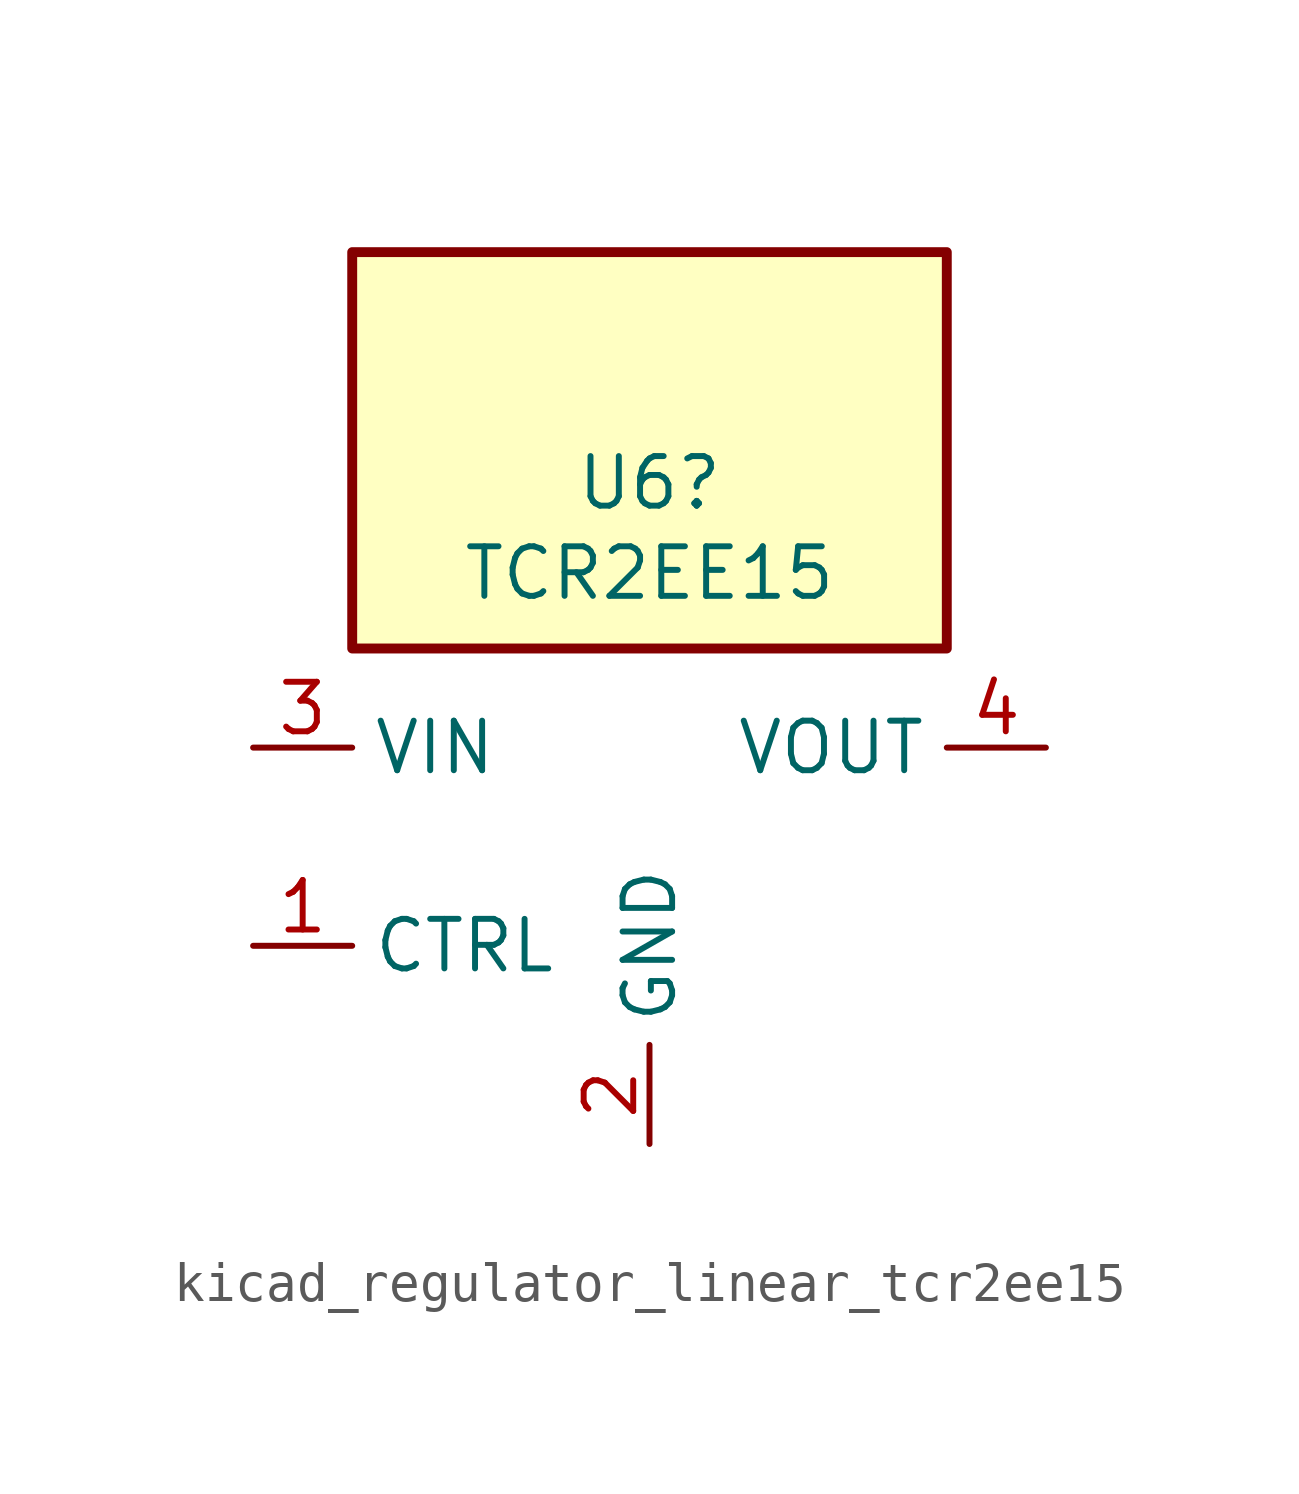
<source format=kicad_sym>
(kicad_symbol_lib
  (version 20220914)
  (generator kicad_symbol_editor)
  (symbol "kicad_regulator_linear_tcr2ee15"
    (property "Reference" "U6"
      (at 0 9.322 0)
      (effects (font (size 1.27 1.27))))
    (property "Value" "TCR2EE15"
      (at 0 7.01 0)
      (effects (font (size 1.27 1.27))))
    (symbol "kicad_regulator_linear_tcr2ee15_0_1"
      (rectangle (start 7.62 15.24) (end -7.62 5.08) (stroke (width 0.254) (type default)) (fill (type background))))
    (symbol "kicad_regulator_linear_tcr2ee15_1_1"
      (pin input line (at -10.16 -2.54 0) (length 2.54) (name "CTRL" (effects (font (size 1.27 1.27)))) (number "1" (effects (font (size 1.27 1.27)))))
      (pin power_in line (at 0 -7.62 90) (length 2.54) (name "GND" (effects (font (size 1.27 1.27)))) (number "2" (effects (font (size 1.27 1.27)))))
      (pin power_in line (at -10.16 2.54 0) (length 2.54) (name "VIN" (effects (font (size 1.27 1.27)))) (number "3" (effects (font (size 1.27 1.27)))))
      (pin power_out line (at 10.16 2.54 180) (length 2.54) (name "VOUT" (effects (font (size 1.27 1.27)))) (number "4" (effects (font (size 1.27 1.27)))))
      (pin no_connect line (at 7.62 -2.54 180) (length 2.54) hide (name "NC" (effects (font (size 1.27 1.27)))) (number "5" (effects (font (size 1.27 1.27))))))))
</source>
